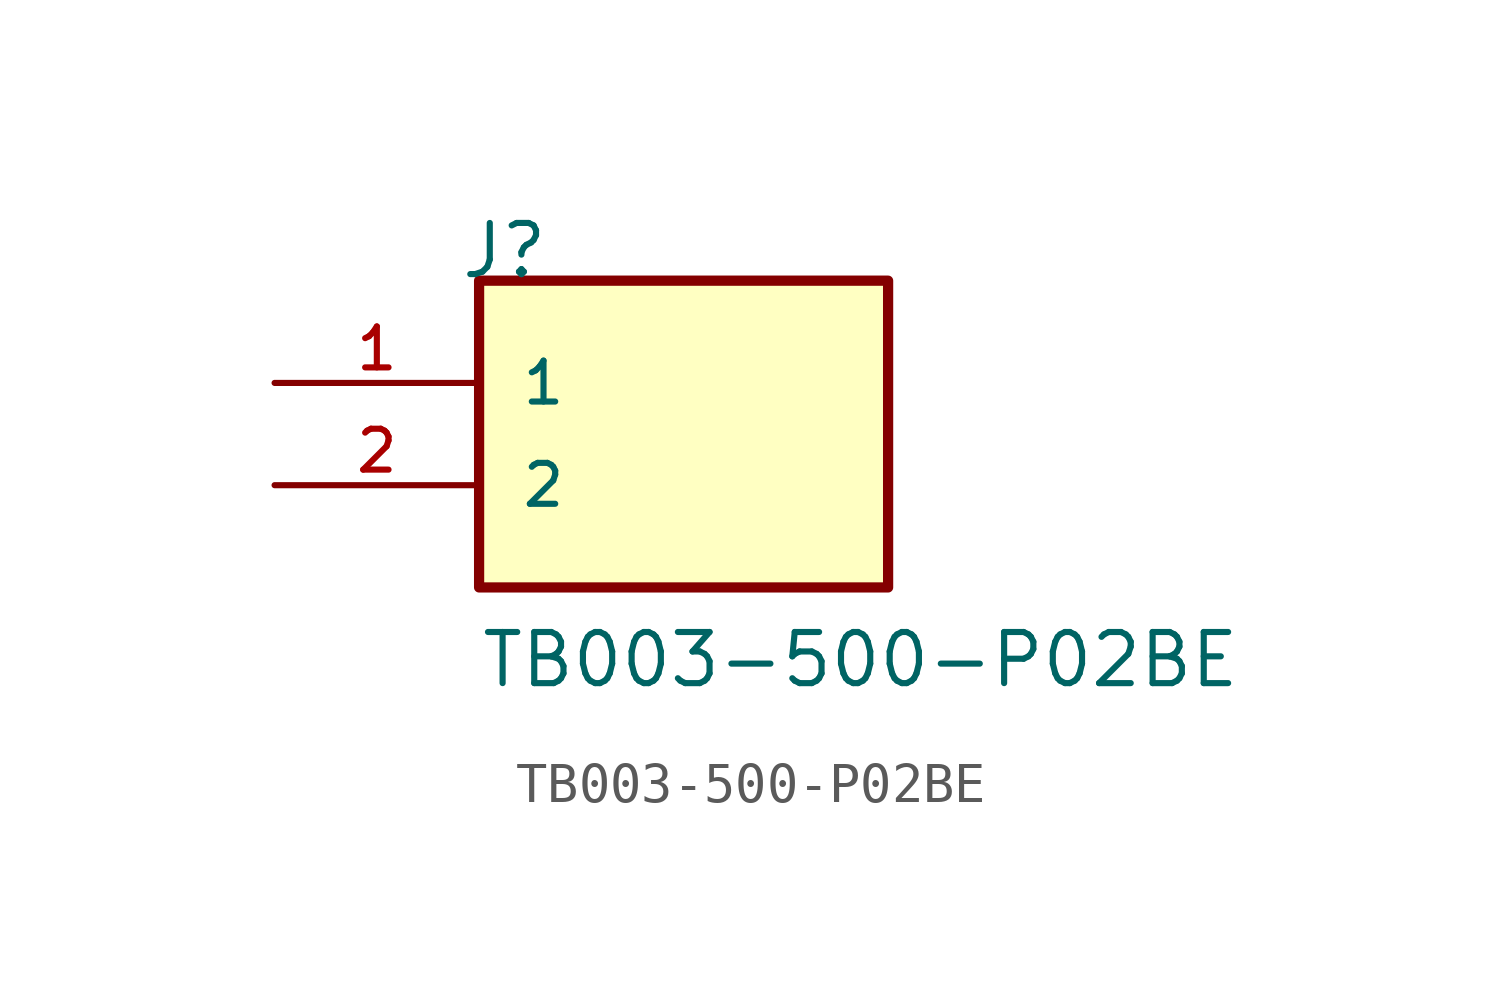
<source format=kicad_sym>
(kicad_symbol_lib
  (version 20231120)
  (generator "kicad_symbol_editor")
  (generator_version "8.0")
  (symbol "TB003-500-P02BE"
    (pin_names
      (offset 1.016))
    (property "Reference" "J"
      (at -5.58 5.08 0)
      (effects (font (size 1.27 1.27)) (justify left bottom)))
    (property "Value" "TB003-500-P02BE"
      (at -5.08 -5.08 0)
      (effects (font (size 1.27 1.27)) (justify left bottom)))
    (symbol "TB003-500-P02BE_0_0"
      (rectangle (start -5.08 -2.54) (end 5.08 5.08) (stroke (width 0.254) (type default)) (fill (type background)))
      (pin passive line (at -10.16 2.54 0) (length 5.08) (name "1" (effects (font (size 1.016 1.016)))) (number "1" (effects (font (size 1.016 1.016)))))
      (pin passive line (at -10.16 0 0) (length 5.08) (name "2" (effects (font (size 1.016 1.016)))) (number "2" (effects (font (size 1.016 1.016))))))))
</source>
